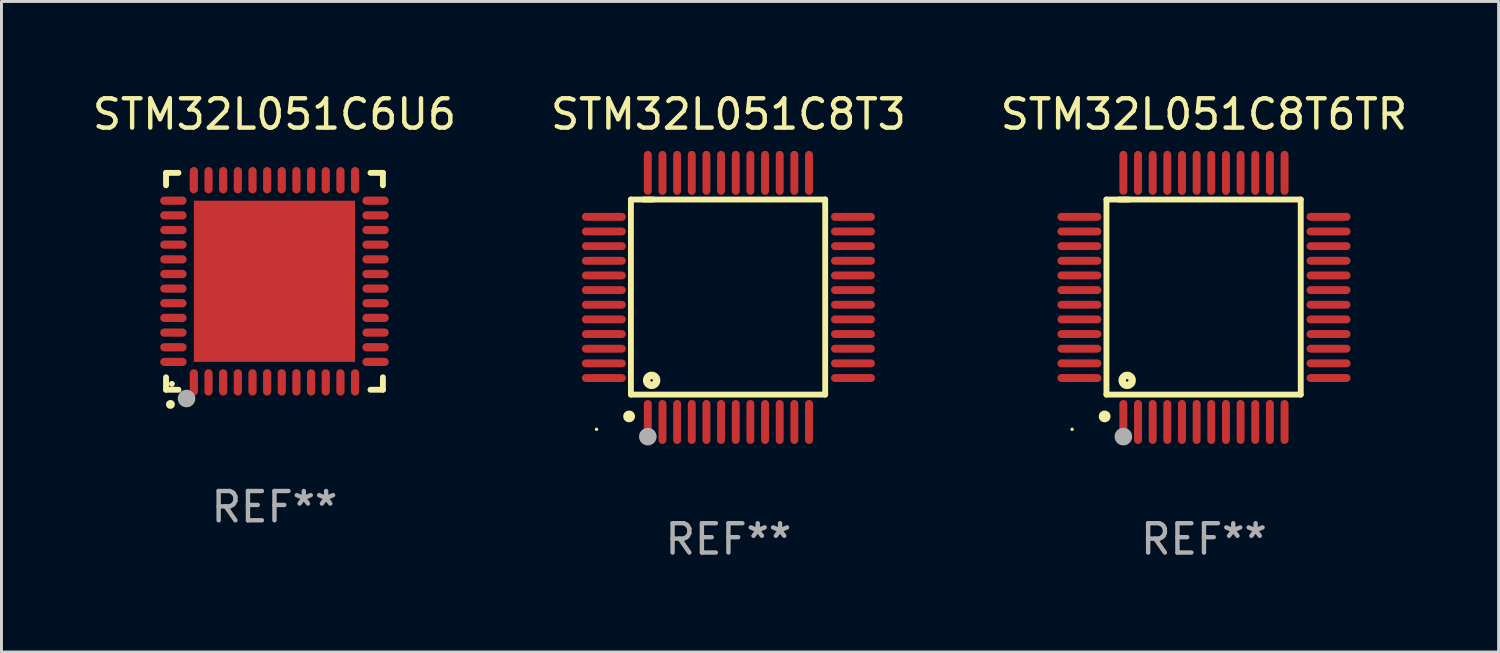
<source format=kicad_pcb>
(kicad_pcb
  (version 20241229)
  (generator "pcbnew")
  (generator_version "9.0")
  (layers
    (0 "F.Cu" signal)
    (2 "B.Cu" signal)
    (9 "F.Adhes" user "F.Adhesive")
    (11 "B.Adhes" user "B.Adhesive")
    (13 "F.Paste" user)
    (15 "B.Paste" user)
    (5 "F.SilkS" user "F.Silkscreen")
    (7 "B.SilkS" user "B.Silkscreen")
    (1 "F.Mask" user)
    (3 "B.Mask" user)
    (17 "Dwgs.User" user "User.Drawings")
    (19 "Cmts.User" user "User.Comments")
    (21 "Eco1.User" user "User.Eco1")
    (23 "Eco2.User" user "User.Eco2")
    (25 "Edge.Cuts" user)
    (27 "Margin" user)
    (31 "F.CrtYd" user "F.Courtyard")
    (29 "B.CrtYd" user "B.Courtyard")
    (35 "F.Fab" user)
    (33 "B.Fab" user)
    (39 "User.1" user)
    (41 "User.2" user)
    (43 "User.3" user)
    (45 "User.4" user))
  (footprint "STM32L051C6U6"
    (layer "F.Cu")
    (at 6.315 6.548)
    (property "Reference" "STM32L051C6U6" (at 0 -5.7 0) (layer "F.SilkS") (effects (font (size 1 1) (thickness 0.15))))
    (attr through_hole)
    (fp_line (start -3.7 -3.7) (end -3.275 -3.7) (stroke (width 0.2) (type solid)) (layer "F.SilkS"))
    (fp_line (start -3.7 -3.275) (end -3.7 -3.7) (stroke (width 0.2) (type solid)) (layer "F.SilkS"))
    (fp_line (start -3.7 3.7) (end -3.7 3.275) (stroke (width 0.2) (type solid)) (layer "F.SilkS"))
    (fp_line (start -3.275 3.7) (end -3.7 3.7) (stroke (width 0.2) (type solid)) (layer "F.SilkS"))
    (fp_line (start 3.7 -3.7) (end 3.275 -3.7) (stroke (width 0.2) (type solid)) (layer "F.SilkS"))
    (fp_line (start 3.7 -3.275) (end 3.7 -3.7) (stroke (width 0.2) (type solid)) (layer "F.SilkS"))
    (fp_line (start 3.7 3.275) (end 3.7 3.7) (stroke (width 0.2) (type solid)) (layer "F.SilkS"))
    (fp_line (start 3.7 3.7) (end 3.275 3.7) (stroke (width 0.2) (type solid)) (layer "F.SilkS"))
    (fp_arc (start -3.550927 4.201168) (mid -3.549657 4.201163) (end -3.548387 4.201168) (stroke (width 0.3) (type solid)) (layer "F.SilkS"))
    (fp_circle (center -3.5 3.5) (end -3.45 3.5) (stroke (width 0.1) (type solid)) (fill no) (layer "F.SilkS"))
    (fp_circle (center -3 4) (end -2.85 4) (stroke (width 0.3) (type solid)) (fill no) (layer "F.Fab"))
    (fp_text user "REF**" (at 0 7.7 0) (layer "F.Fab") (effects (font (size 1 1) (thickness 0.15))))
    (pad "1" smd oval (at -2.751 3.449) (size 0.28 0.9) (layers "F.Cu" "F.Mask" "F.Paste"))
    (pad "2" smd oval (at -2.25 3.449) (size 0.28 0.9) (layers "F.Cu" "F.Mask" "F.Paste"))
    (pad "3" smd oval (at -1.75 3.449) (size 0.28 0.9) (layers "F.Cu" "F.Mask" "F.Paste"))
    (pad "4" smd oval (at -1.25 3.449) (size 0.28 0.9) (layers "F.Cu" "F.Mask" "F.Paste"))
    (pad "5" smd oval (at -0.749 3.449) (size 0.28 0.9) (layers "F.Cu" "F.Mask" "F.Paste"))
    (pad "6" smd oval (at -0.249 3.449) (size 0.28 0.9) (layers "F.Cu" "F.Mask" "F.Paste"))
    (pad "7" smd oval (at 0.249 3.449) (size 0.28 0.9) (layers "F.Cu" "F.Mask" "F.Paste"))
    (pad "8" smd oval (at 0.749 3.449) (size 0.28 0.9) (layers "F.Cu" "F.Mask" "F.Paste"))
    (pad "9" smd oval (at 1.25 3.449) (size 0.28 0.9) (layers "F.Cu" "F.Mask" "F.Paste"))
    (pad "10" smd oval (at 1.75 3.449) (size 0.28 0.9) (layers "F.Cu" "F.Mask" "F.Paste"))
    (pad "11" smd oval (at 2.251 3.449) (size 0.28 0.9) (layers "F.Cu" "F.Mask" "F.Paste"))
    (pad "12" smd oval (at 2.751 3.449) (size 0.28 0.9) (layers "F.Cu" "F.Mask" "F.Paste"))
    (pad "13" smd oval (at 3.449 2.751) (size 0.9 0.28) (layers "F.Cu" "F.Mask" "F.Paste"))
    (pad "14" smd oval (at 3.449 2.251) (size 0.9 0.28) (layers "F.Cu" "F.Mask" "F.Paste"))
    (pad "15" smd oval (at 3.449 1.75) (size 0.9 0.28) (layers "F.Cu" "F.Mask" "F.Paste"))
    (pad "16" smd oval (at 3.449 1.25) (size 0.9 0.28) (layers "F.Cu" "F.Mask" "F.Paste"))
    (pad "17" smd oval (at 3.449 0.749) (size 0.9 0.28) (layers "F.Cu" "F.Mask" "F.Paste"))
    (pad "18" smd oval (at 3.449 0.249) (size 0.9 0.28) (layers "F.Cu" "F.Mask" "F.Paste"))
    (pad "19" smd oval (at 3.449 -0.249) (size 0.9 0.28) (layers "F.Cu" "F.Mask" "F.Paste"))
    (pad "20" smd oval (at 3.449 -0.749) (size 0.9 0.28) (layers "F.Cu" "F.Mask" "F.Paste"))
    (pad "21" smd oval (at 3.449 -1.25) (size 0.9 0.28) (layers "F.Cu" "F.Mask" "F.Paste"))
    (pad "22" smd oval (at 3.449 -1.75) (size 0.9 0.28) (layers "F.Cu" "F.Mask" "F.Paste"))
    (pad "23" smd oval (at 3.449 -2.25) (size 0.9 0.28) (layers "F.Cu" "F.Mask" "F.Paste"))
    (pad "24" smd oval (at 3.449 -2.751) (size 0.9 0.28) (layers "F.Cu" "F.Mask" "F.Paste"))
    (pad "25" smd oval (at 2.751 -3.449) (size 0.28 0.9) (layers "F.Cu" "F.Mask" "F.Paste"))
    (pad "26" smd oval (at 2.251 -3.449) (size 0.28 0.9) (layers "F.Cu" "F.Mask" "F.Paste"))
    (pad "27" smd oval (at 1.75 -3.449) (size 0.28 0.9) (layers "F.Cu" "F.Mask" "F.Paste"))
    (pad "28" smd oval (at 1.25 -3.449) (size 0.28 0.9) (layers "F.Cu" "F.Mask" "F.Paste"))
    (pad "29" smd oval (at 0.749 -3.449) (size 0.28 0.9) (layers "F.Cu" "F.Mask" "F.Paste"))
    (pad "30" smd oval (at 0.249 -3.449) (size 0.28 0.9) (layers "F.Cu" "F.Mask" "F.Paste"))
    (pad "31" smd oval (at -0.249 -3.449) (size 0.28 0.9) (layers "F.Cu" "F.Mask" "F.Paste"))
    (pad "32" smd oval (at -0.749 -3.449) (size 0.28 0.9) (layers "F.Cu" "F.Mask" "F.Paste"))
    (pad "33" smd oval (at -1.25 -3.449) (size 0.28 0.9) (layers "F.Cu" "F.Mask" "F.Paste"))
    (pad "34" smd oval (at -1.75 -3.449) (size 0.28 0.9) (layers "F.Cu" "F.Mask" "F.Paste"))
    (pad "35" smd oval (at -2.25 -3.449) (size 0.28 0.9) (layers "F.Cu" "F.Mask" "F.Paste"))
    (pad "36" smd oval (at -2.751 -3.449) (size 0.28 0.9) (layers "F.Cu" "F.Mask" "F.Paste"))
    (pad "37" smd oval (at -3.449 -2.751) (size 0.9 0.28) (layers "F.Cu" "F.Mask" "F.Paste"))
    (pad "38" smd oval (at -3.449 -2.25) (size 0.9 0.28) (layers "F.Cu" "F.Mask" "F.Paste"))
    (pad "39" smd oval (at -3.449 -1.75) (size 0.9 0.28) (layers "F.Cu" "F.Mask" "F.Paste"))
    (pad "40" smd oval (at -3.449 -1.25) (size 0.9 0.28) (layers "F.Cu" "F.Mask" "F.Paste"))
    (pad "41" smd oval (at -3.449 -0.749) (size 0.9 0.28) (layers "F.Cu" "F.Mask" "F.Paste"))
    (pad "42" smd oval (at -3.449 -0.249) (size 0.9 0.28) (layers "F.Cu" "F.Mask" "F.Paste"))
    (pad "43" smd oval (at -3.449 0.249) (size 0.9 0.28) (layers "F.Cu" "F.Mask" "F.Paste"))
    (pad "44" smd oval (at -3.449 0.749) (size 0.9 0.28) (layers "F.Cu" "F.Mask" "F.Paste"))
    (pad "45" smd oval (at -3.449 1.25) (size 0.9 0.28) (layers "F.Cu" "F.Mask" "F.Paste"))
    (pad "46" smd oval (at -3.449 1.75) (size 0.9 0.28) (layers "F.Cu" "F.Mask" "F.Paste"))
    (pad "47" smd oval (at -3.449 2.251) (size 0.9 0.28) (layers "F.Cu" "F.Mask" "F.Paste"))
    (pad "48" smd oval (at -3.449 2.751) (size 0.9 0.28) (layers "F.Cu" "F.Mask" "F.Paste"))
    (pad "49" smd rect (at 0.000076 0.000076) (size 5.5 5.5) (layers "F.Cu" "F.Mask" "F.Paste")))
  (footprint "STM32L051C8T3"
    (layer "F.Cu")
    (at 21.804 7.098)
    (property "Reference" "STM32L051C8T3" (at 0 -6.25 0) (layer "F.SilkS") (effects (font (size 1 1) (thickness 0.15))))
    (attr through_hole)
    (fp_line (start -3.327 -3.34) (end -2.565 -3.34) (stroke (width 0.2) (type solid)) (layer "F.SilkS"))
    (fp_line (start -3.327 3.315) (end -3.327 -3.34) (stroke (width 0.2) (type solid)) (layer "F.SilkS"))
    (fp_line (start -2.896 -3.34) (end 3.302 -3.34) (stroke (width 0.2) (type solid)) (layer "F.SilkS"))
    (fp_line (start 3.302 -3.34) (end 3.302 3.315) (stroke (width 0.2) (type solid)) (layer "F.SilkS"))
    (fp_line (start 3.302 3.315) (end -3.327 3.315) (stroke (width 0.2) (type solid)) (layer "F.SilkS"))
    (fp_arc (start -3.389992 4.059995) (mid -3.388722 4.059991) (end -3.387452 4.059995) (stroke (width 0.4) (type solid)) (layer "F.SilkS"))
    (fp_circle (center -4.5 4.5) (end -4.47 4.5) (stroke (width 0.06) (type solid)) (fill no) (layer "F.SilkS"))
    (fp_circle (center -2.62 2.83) (end -2.45 2.83) (stroke (width 0.254) (type solid)) (fill no) (layer "F.SilkS"))
    (fp_circle (center -2.75 4.75) (end -2.6 4.75) (stroke (width 0.3) (type solid)) (fill no) (layer "F.Fab"))
    (fp_text user "REF**" (at 0 8.25 0) (layer "F.Fab") (effects (font (size 1 1) (thickness 0.15))))
    (pad "1" smd oval (at -2.75 4.25) (size 0.27 1.5) (layers "F.Cu" "F.Mask" "F.Paste"))
    (pad "2" smd oval (at -2.25 4.25) (size 0.27 1.5) (layers "F.Cu" "F.Mask" "F.Paste"))
    (pad "3" smd oval (at -1.75 4.25) (size 0.27 1.5) (layers "F.Cu" "F.Mask" "F.Paste"))
    (pad "4" smd oval (at -1.25 4.25) (size 0.27 1.5) (layers "F.Cu" "F.Mask" "F.Paste"))
    (pad "5" smd oval (at -0.75 4.25) (size 0.27 1.5) (layers "F.Cu" "F.Mask" "F.Paste"))
    (pad "6" smd oval (at -0.25 4.25) (size 0.27 1.5) (layers "F.Cu" "F.Mask" "F.Paste"))
    (pad "7" smd oval (at 0.25 4.25) (size 0.27 1.5) (layers "F.Cu" "F.Mask" "F.Paste"))
    (pad "8" smd oval (at 0.75 4.25) (size 0.27 1.5) (layers "F.Cu" "F.Mask" "F.Paste"))
    (pad "9" smd oval (at 1.25 4.25) (size 0.27 1.5) (layers "F.Cu" "F.Mask" "F.Paste"))
    (pad "10" smd oval (at 1.75 4.25) (size 0.27 1.5) (layers "F.Cu" "F.Mask" "F.Paste"))
    (pad "11" smd oval (at 2.25 4.25) (size 0.27 1.5) (layers "F.Cu" "F.Mask" "F.Paste"))
    (pad "12" smd oval (at 2.75 4.25) (size 0.27 1.5) (layers "F.Cu" "F.Mask" "F.Paste"))
    (pad "13" smd oval (at 4.25 2.75) (size 1.5 0.27) (layers "F.Cu" "F.Mask" "F.Paste"))
    (pad "14" smd oval (at 4.25 2.25) (size 1.5 0.27) (layers "F.Cu" "F.Mask" "F.Paste"))
    (pad "15" smd oval (at 4.25 1.75) (size 1.5 0.27) (layers "F.Cu" "F.Mask" "F.Paste"))
    (pad "16" smd oval (at 4.25 1.25) (size 1.5 0.27) (layers "F.Cu" "F.Mask" "F.Paste"))
    (pad "17" smd oval (at 4.25 0.75) (size 1.5 0.27) (layers "F.Cu" "F.Mask" "F.Paste"))
    (pad "18" smd oval (at 4.25 0.25) (size 1.5 0.27) (layers "F.Cu" "F.Mask" "F.Paste"))
    (pad "19" smd oval (at 4.25 -0.25) (size 1.5 0.27) (layers "F.Cu" "F.Mask" "F.Paste"))
    (pad "20" smd oval (at 4.25 -0.75) (size 1.5 0.27) (layers "F.Cu" "F.Mask" "F.Paste"))
    (pad "21" smd oval (at 4.25 -1.25) (size 1.5 0.27) (layers "F.Cu" "F.Mask" "F.Paste"))
    (pad "22" smd oval (at 4.25 -1.75) (size 1.5 0.27) (layers "F.Cu" "F.Mask" "F.Paste"))
    (pad "23" smd oval (at 4.25 -2.25) (size 1.5 0.27) (layers "F.Cu" "F.Mask" "F.Paste"))
    (pad "24" smd oval (at 4.25 -2.75) (size 1.5 0.27) (layers "F.Cu" "F.Mask" "F.Paste"))
    (pad "25" smd oval (at 2.75 -4.25) (size 0.27 1.5) (layers "F.Cu" "F.Mask" "F.Paste"))
    (pad "26" smd oval (at 2.25 -4.25) (size 0.27 1.5) (layers "F.Cu" "F.Mask" "F.Paste"))
    (pad "27" smd oval (at 1.75 -4.25) (size 0.27 1.5) (layers "F.Cu" "F.Mask" "F.Paste"))
    (pad "28" smd oval (at 1.25 -4.25) (size 0.27 1.5) (layers "F.Cu" "F.Mask" "F.Paste"))
    (pad "29" smd oval (at 0.75 -4.25) (size 0.27 1.5) (layers "F.Cu" "F.Mask" "F.Paste"))
    (pad "30" smd oval (at 0.25 -4.25) (size 0.27 1.5) (layers "F.Cu" "F.Mask" "F.Paste"))
    (pad "31" smd oval (at -0.25 -4.25) (size 0.27 1.5) (layers "F.Cu" "F.Mask" "F.Paste"))
    (pad "32" smd oval (at -0.75 -4.25) (size 0.27 1.5) (layers "F.Cu" "F.Mask" "F.Paste"))
    (pad "33" smd oval (at -1.25 -4.25) (size 0.27 1.5) (layers "F.Cu" "F.Mask" "F.Paste"))
    (pad "34" smd oval (at -1.75 -4.25) (size 0.27 1.5) (layers "F.Cu" "F.Mask" "F.Paste"))
    (pad "35" smd oval (at -2.25 -4.25) (size 0.27 1.5) (layers "F.Cu" "F.Mask" "F.Paste"))
    (pad "36" smd oval (at -2.75 -4.25) (size 0.27 1.5) (layers "F.Cu" "F.Mask" "F.Paste"))
    (pad "37" smd oval (at -4.25 -2.75) (size 1.5 0.27) (layers "F.Cu" "F.Mask" "F.Paste"))
    (pad "38" smd oval (at -4.25 -2.25) (size 1.5 0.27) (layers "F.Cu" "F.Mask" "F.Paste"))
    (pad "39" smd oval (at -4.25 -1.75) (size 1.5 0.27) (layers "F.Cu" "F.Mask" "F.Paste"))
    (pad "40" smd oval (at -4.25 -1.25) (size 1.5 0.27) (layers "F.Cu" "F.Mask" "F.Paste"))
    (pad "41" smd oval (at -4.25 -0.75) (size 1.5 0.27) (layers "F.Cu" "F.Mask" "F.Paste"))
    (pad "42" smd oval (at -4.25 -0.25) (size 1.5 0.27) (layers "F.Cu" "F.Mask" "F.Paste"))
    (pad "43" smd oval (at -4.25 0.25) (size 1.5 0.27) (layers "F.Cu" "F.Mask" "F.Paste"))
    (pad "44" smd oval (at -4.25 0.75) (size 1.5 0.27) (layers "F.Cu" "F.Mask" "F.Paste"))
    (pad "45" smd oval (at -4.25 1.25) (size 1.5 0.27) (layers "F.Cu" "F.Mask" "F.Paste"))
    (pad "46" smd oval (at -4.25 1.75) (size 1.5 0.27) (layers "F.Cu" "F.Mask" "F.Paste"))
    (pad "47" smd oval (at -4.25 2.25) (size 1.5 0.27) (layers "F.Cu" "F.Mask" "F.Paste"))
    (pad "48" smd oval (at -4.25 2.75) (size 1.5 0.27) (layers "F.Cu" "F.Mask" "F.Paste")))
  (footprint "STM32L051C8T6TR"
    (layer "F.Cu")
    (at 38.03 7.098)
    (property "Reference" "STM32L051C8T6TR" (at 0 -6.25 0) (layer "F.SilkS") (effects (font (size 1 1) (thickness 0.15))))
    (attr through_hole)
    (fp_line (start -3.327 -3.34) (end -2.565 -3.34) (stroke (width 0.2) (type solid)) (layer "F.SilkS"))
    (fp_line (start -3.327 3.315) (end -3.327 -3.34) (stroke (width 0.2) (type solid)) (layer "F.SilkS"))
    (fp_line (start -2.896 -3.34) (end 3.302 -3.34) (stroke (width 0.2) (type solid)) (layer "F.SilkS"))
    (fp_line (start 3.302 -3.34) (end 3.302 3.315) (stroke (width 0.2) (type solid)) (layer "F.SilkS"))
    (fp_line (start 3.302 3.315) (end -3.327 3.315) (stroke (width 0.2) (type solid)) (layer "F.SilkS"))
    (fp_arc (start -3.389992 4.059995) (mid -3.388722 4.059991) (end -3.387452 4.059995) (stroke (width 0.4) (type solid)) (layer "F.SilkS"))
    (fp_circle (center -4.5 4.5) (end -4.47 4.5) (stroke (width 0.06) (type solid)) (fill no) (layer "F.SilkS"))
    (fp_circle (center -2.62 2.83) (end -2.45 2.83) (stroke (width 0.254) (type solid)) (fill no) (layer "F.SilkS"))
    (fp_circle (center -2.75 4.75) (end -2.6 4.75) (stroke (width 0.3) (type solid)) (fill no) (layer "F.Fab"))
    (fp_text user "REF**" (at 0 8.25 0) (layer "F.Fab") (effects (font (size 1 1) (thickness 0.15))))
    (pad "1" smd oval (at -2.75 4.25) (size 0.27 1.5) (layers "F.Cu" "F.Mask" "F.Paste"))
    (pad "2" smd oval (at -2.25 4.25) (size 0.27 1.5) (layers "F.Cu" "F.Mask" "F.Paste"))
    (pad "3" smd oval (at -1.75 4.25) (size 0.27 1.5) (layers "F.Cu" "F.Mask" "F.Paste"))
    (pad "4" smd oval (at -1.25 4.25) (size 0.27 1.5) (layers "F.Cu" "F.Mask" "F.Paste"))
    (pad "5" smd oval (at -0.75 4.25) (size 0.27 1.5) (layers "F.Cu" "F.Mask" "F.Paste"))
    (pad "6" smd oval (at -0.25 4.25) (size 0.27 1.5) (layers "F.Cu" "F.Mask" "F.Paste"))
    (pad "7" smd oval (at 0.25 4.25) (size 0.27 1.5) (layers "F.Cu" "F.Mask" "F.Paste"))
    (pad "8" smd oval (at 0.75 4.25) (size 0.27 1.5) (layers "F.Cu" "F.Mask" "F.Paste"))
    (pad "9" smd oval (at 1.25 4.25) (size 0.27 1.5) (layers "F.Cu" "F.Mask" "F.Paste"))
    (pad "10" smd oval (at 1.75 4.25) (size 0.27 1.5) (layers "F.Cu" "F.Mask" "F.Paste"))
    (pad "11" smd oval (at 2.25 4.25) (size 0.27 1.5) (layers "F.Cu" "F.Mask" "F.Paste"))
    (pad "12" smd oval (at 2.75 4.25) (size 0.27 1.5) (layers "F.Cu" "F.Mask" "F.Paste"))
    (pad "13" smd oval (at 4.25 2.75) (size 1.5 0.27) (layers "F.Cu" "F.Mask" "F.Paste"))
    (pad "14" smd oval (at 4.25 2.25) (size 1.5 0.27) (layers "F.Cu" "F.Mask" "F.Paste"))
    (pad "15" smd oval (at 4.25 1.75) (size 1.5 0.27) (layers "F.Cu" "F.Mask" "F.Paste"))
    (pad "16" smd oval (at 4.25 1.25) (size 1.5 0.27) (layers "F.Cu" "F.Mask" "F.Paste"))
    (pad "17" smd oval (at 4.25 0.75) (size 1.5 0.27) (layers "F.Cu" "F.Mask" "F.Paste"))
    (pad "18" smd oval (at 4.25 0.25) (size 1.5 0.27) (layers "F.Cu" "F.Mask" "F.Paste"))
    (pad "19" smd oval (at 4.25 -0.25) (size 1.5 0.27) (layers "F.Cu" "F.Mask" "F.Paste"))
    (pad "20" smd oval (at 4.25 -0.75) (size 1.5 0.27) (layers "F.Cu" "F.Mask" "F.Paste"))
    (pad "21" smd oval (at 4.25 -1.25) (size 1.5 0.27) (layers "F.Cu" "F.Mask" "F.Paste"))
    (pad "22" smd oval (at 4.25 -1.75) (size 1.5 0.27) (layers "F.Cu" "F.Mask" "F.Paste"))
    (pad "23" smd oval (at 4.25 -2.25) (size 1.5 0.27) (layers "F.Cu" "F.Mask" "F.Paste"))
    (pad "24" smd oval (at 4.25 -2.75) (size 1.5 0.27) (layers "F.Cu" "F.Mask" "F.Paste"))
    (pad "25" smd oval (at 2.75 -4.25) (size 0.27 1.5) (layers "F.Cu" "F.Mask" "F.Paste"))
    (pad "26" smd oval (at 2.25 -4.25) (size 0.27 1.5) (layers "F.Cu" "F.Mask" "F.Paste"))
    (pad "27" smd oval (at 1.75 -4.25) (size 0.27 1.5) (layers "F.Cu" "F.Mask" "F.Paste"))
    (pad "28" smd oval (at 1.25 -4.25) (size 0.27 1.5) (layers "F.Cu" "F.Mask" "F.Paste"))
    (pad "29" smd oval (at 0.75 -4.25) (size 0.27 1.5) (layers "F.Cu" "F.Mask" "F.Paste"))
    (pad "30" smd oval (at 0.25 -4.25) (size 0.27 1.5) (layers "F.Cu" "F.Mask" "F.Paste"))
    (pad "31" smd oval (at -0.25 -4.25) (size 0.27 1.5) (layers "F.Cu" "F.Mask" "F.Paste"))
    (pad "32" smd oval (at -0.75 -4.25) (size 0.27 1.5) (layers "F.Cu" "F.Mask" "F.Paste"))
    (pad "33" smd oval (at -1.25 -4.25) (size 0.27 1.5) (layers "F.Cu" "F.Mask" "F.Paste"))
    (pad "34" smd oval (at -1.75 -4.25) (size 0.27 1.5) (layers "F.Cu" "F.Mask" "F.Paste"))
    (pad "35" smd oval (at -2.25 -4.25) (size 0.27 1.5) (layers "F.Cu" "F.Mask" "F.Paste"))
    (pad "36" smd oval (at -2.75 -4.25) (size 0.27 1.5) (layers "F.Cu" "F.Mask" "F.Paste"))
    (pad "37" smd oval (at -4.25 -2.75) (size 1.5 0.27) (layers "F.Cu" "F.Mask" "F.Paste"))
    (pad "38" smd oval (at -4.25 -2.25) (size 1.5 0.27) (layers "F.Cu" "F.Mask" "F.Paste"))
    (pad "39" smd oval (at -4.25 -1.75) (size 1.5 0.27) (layers "F.Cu" "F.Mask" "F.Paste"))
    (pad "40" smd oval (at -4.25 -1.25) (size 1.5 0.27) (layers "F.Cu" "F.Mask" "F.Paste"))
    (pad "41" smd oval (at -4.25 -0.75) (size 1.5 0.27) (layers "F.Cu" "F.Mask" "F.Paste"))
    (pad "42" smd oval (at -4.25 -0.25) (size 1.5 0.27) (layers "F.Cu" "F.Mask" "F.Paste"))
    (pad "43" smd oval (at -4.25 0.25) (size 1.5 0.27) (layers "F.Cu" "F.Mask" "F.Paste"))
    (pad "44" smd oval (at -4.25 0.75) (size 1.5 0.27) (layers "F.Cu" "F.Mask" "F.Paste"))
    (pad "45" smd oval (at -4.25 1.25) (size 1.5 0.27) (layers "F.Cu" "F.Mask" "F.Paste"))
    (pad "46" smd oval (at -4.25 1.75) (size 1.5 0.27) (layers "F.Cu" "F.Mask" "F.Paste"))
    (pad "47" smd oval (at -4.25 2.25) (size 1.5 0.27) (layers "F.Cu" "F.Mask" "F.Paste"))
    (pad "48" smd oval (at -4.25 2.75) (size 1.5 0.27) (layers "F.Cu" "F.Mask" "F.Paste")))
  (gr_rect
    (start -3 -3)
    (end 48.083 19.196)
    (stroke (width 0.1) (type default))
    (fill no)
    (layer "Edge.Cuts")))
</source>
